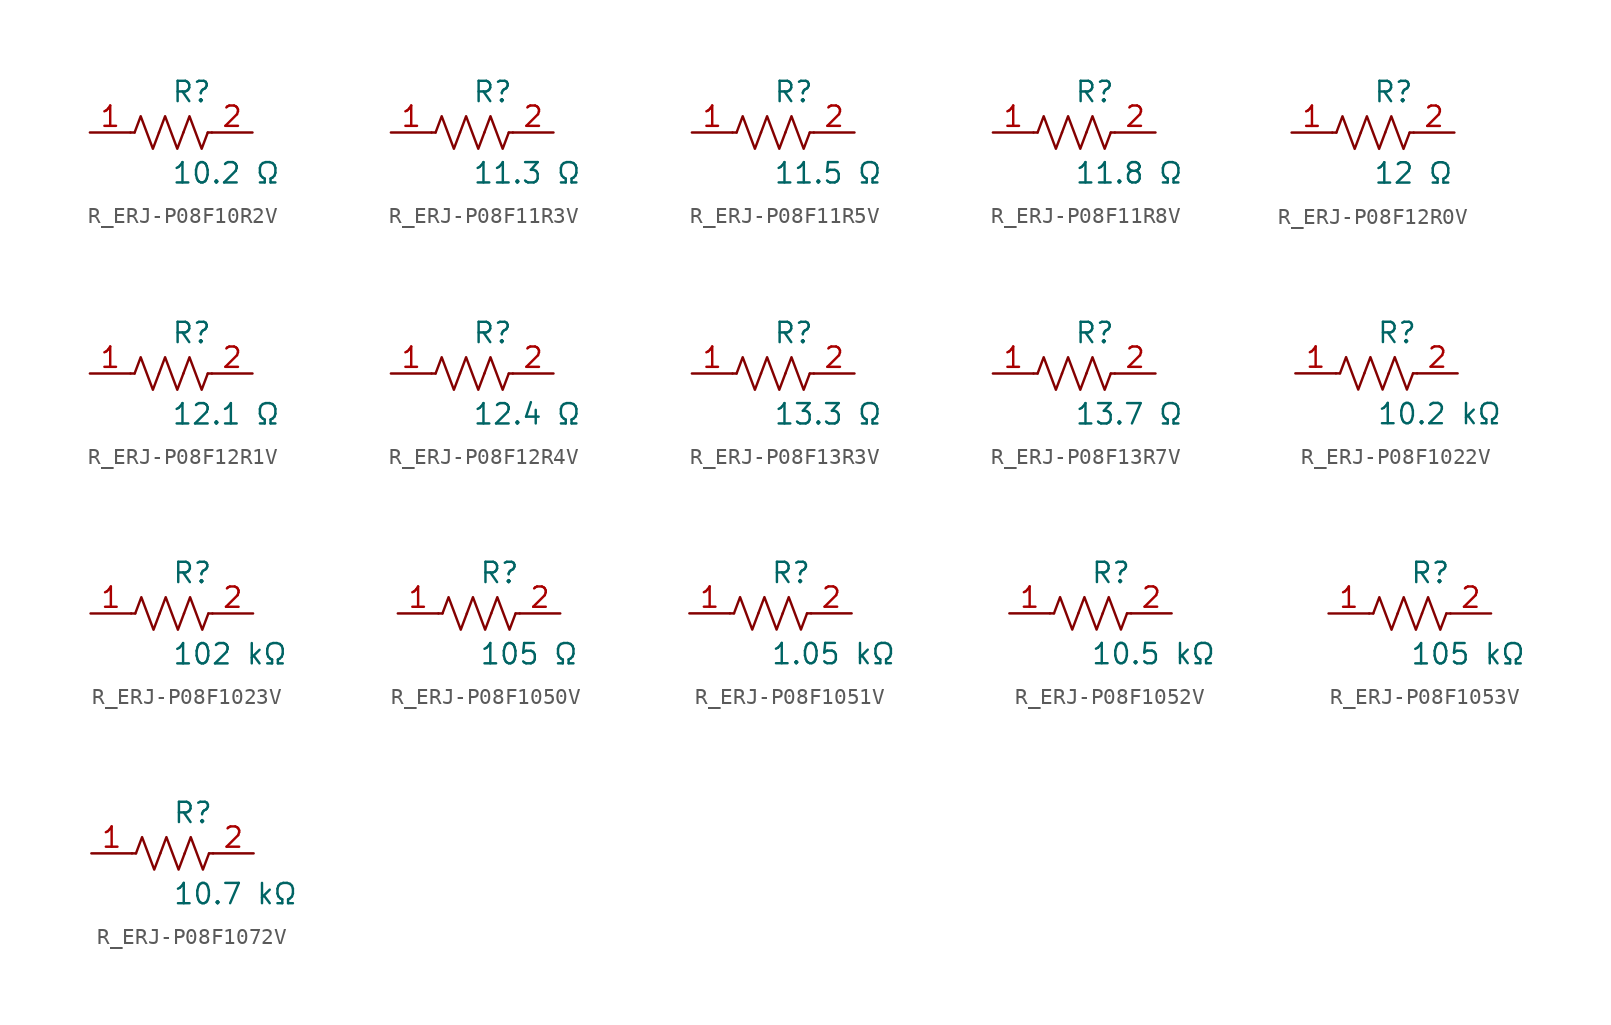
<source format=kicad_sym>
(kicad_symbol_lib
  (version 20231120)
  (generator kicad_symbol_editor)
  (generator_version 8.0)
  (symbol "R_ERJ-P08F10R2V"
    (pin_names
      (offset 0.254))
    (property "Reference" "R"
      (at 0.0 2.54 0)
      (effects (font (size 1.27 1.27)) (justify left)))
    (property "Value" "10.2 Ω"
      (at 0.0 -2.54 0)
      (effects (font (size 1.27 1.27)) (justify left)))
    (symbol "R_ERJ-P08F10R2V_0_1"
      (polyline (pts (xy 2.286 0) (xy 2.54 0)) (stroke (width 0) (type default)) (fill (type none)))
      (polyline (pts (xy -2.286 0) (xy -2.54 0)) (stroke (width 0) (type default)) (fill (type none)))
      (polyline (pts (xy 0.762 0) (xy 1.143 1.016) (xy 1.524 0) (xy 1.905 -1.016) (xy 2.286 0)) (stroke (width 0) (type default)) (fill (type none)))
      (polyline (pts (xy -0.762 0) (xy -0.381 1.016) (xy 0 0) (xy 0.381 -1.016) (xy 0.762 0)) (stroke (width 0) (type default)) (fill (type none)))
      (polyline (pts (xy -2.286 0) (xy -1.905 1.016) (xy -1.524 0) (xy -1.143 -1.016) (xy -0.762 0)) (stroke (width 0) (type default)) (fill (type none))))
    (pin unspecified line
      (at -5.08 0 0)
      (length 2.54)
      (name "" (effects (font (size 1.27 1.27))))
      (number "1" (effects (font (size 1.27 1.27)))))
    (pin unspecified line
      (at 5.08 0 180)
      (length 2.54)
      (name "" (effects (font (size 1.27 1.27))))
      (number "2" (effects (font (size 1.27 1.27))))))
  (symbol "R_ERJ-P08F11R3V"
    (pin_names
      (offset 0.254))
    (property "Reference" "R"
      (at 0.0 2.54 0)
      (effects (font (size 1.27 1.27)) (justify left)))
    (property "Value" "11.3 Ω"
      (at 0.0 -2.54 0)
      (effects (font (size 1.27 1.27)) (justify left)))
    (symbol "R_ERJ-P08F11R3V_0_1"
      (polyline (pts (xy 2.286 0) (xy 2.54 0)) (stroke (width 0) (type default)) (fill (type none)))
      (polyline (pts (xy -2.286 0) (xy -2.54 0)) (stroke (width 0) (type default)) (fill (type none)))
      (polyline (pts (xy 0.762 0) (xy 1.143 1.016) (xy 1.524 0) (xy 1.905 -1.016) (xy 2.286 0)) (stroke (width 0) (type default)) (fill (type none)))
      (polyline (pts (xy -0.762 0) (xy -0.381 1.016) (xy 0 0) (xy 0.381 -1.016) (xy 0.762 0)) (stroke (width 0) (type default)) (fill (type none)))
      (polyline (pts (xy -2.286 0) (xy -1.905 1.016) (xy -1.524 0) (xy -1.143 -1.016) (xy -0.762 0)) (stroke (width 0) (type default)) (fill (type none))))
    (pin unspecified line
      (at -5.08 0 0)
      (length 2.54)
      (name "" (effects (font (size 1.27 1.27))))
      (number "1" (effects (font (size 1.27 1.27)))))
    (pin unspecified line
      (at 5.08 0 180)
      (length 2.54)
      (name "" (effects (font (size 1.27 1.27))))
      (number "2" (effects (font (size 1.27 1.27))))))
  (symbol "R_ERJ-P08F11R5V"
    (pin_names
      (offset 0.254))
    (property "Reference" "R"
      (at 0.0 2.54 0)
      (effects (font (size 1.27 1.27)) (justify left)))
    (property "Value" "11.5 Ω"
      (at 0.0 -2.54 0)
      (effects (font (size 1.27 1.27)) (justify left)))
    (symbol "R_ERJ-P08F11R5V_0_1"
      (polyline (pts (xy 2.286 0) (xy 2.54 0)) (stroke (width 0) (type default)) (fill (type none)))
      (polyline (pts (xy -2.286 0) (xy -2.54 0)) (stroke (width 0) (type default)) (fill (type none)))
      (polyline (pts (xy 0.762 0) (xy 1.143 1.016) (xy 1.524 0) (xy 1.905 -1.016) (xy 2.286 0)) (stroke (width 0) (type default)) (fill (type none)))
      (polyline (pts (xy -0.762 0) (xy -0.381 1.016) (xy 0 0) (xy 0.381 -1.016) (xy 0.762 0)) (stroke (width 0) (type default)) (fill (type none)))
      (polyline (pts (xy -2.286 0) (xy -1.905 1.016) (xy -1.524 0) (xy -1.143 -1.016) (xy -0.762 0)) (stroke (width 0) (type default)) (fill (type none))))
    (pin unspecified line
      (at -5.08 0 0)
      (length 2.54)
      (name "" (effects (font (size 1.27 1.27))))
      (number "1" (effects (font (size 1.27 1.27)))))
    (pin unspecified line
      (at 5.08 0 180)
      (length 2.54)
      (name "" (effects (font (size 1.27 1.27))))
      (number "2" (effects (font (size 1.27 1.27))))))
  (symbol "R_ERJ-P08F11R8V"
    (pin_names
      (offset 0.254))
    (property "Reference" "R"
      (at 0.0 2.54 0)
      (effects (font (size 1.27 1.27)) (justify left)))
    (property "Value" "11.8 Ω"
      (at 0.0 -2.54 0)
      (effects (font (size 1.27 1.27)) (justify left)))
    (symbol "R_ERJ-P08F11R8V_0_1"
      (polyline (pts (xy 2.286 0) (xy 2.54 0)) (stroke (width 0) (type default)) (fill (type none)))
      (polyline (pts (xy -2.286 0) (xy -2.54 0)) (stroke (width 0) (type default)) (fill (type none)))
      (polyline (pts (xy 0.762 0) (xy 1.143 1.016) (xy 1.524 0) (xy 1.905 -1.016) (xy 2.286 0)) (stroke (width 0) (type default)) (fill (type none)))
      (polyline (pts (xy -0.762 0) (xy -0.381 1.016) (xy 0 0) (xy 0.381 -1.016) (xy 0.762 0)) (stroke (width 0) (type default)) (fill (type none)))
      (polyline (pts (xy -2.286 0) (xy -1.905 1.016) (xy -1.524 0) (xy -1.143 -1.016) (xy -0.762 0)) (stroke (width 0) (type default)) (fill (type none))))
    (pin unspecified line
      (at -5.08 0 0)
      (length 2.54)
      (name "" (effects (font (size 1.27 1.27))))
      (number "1" (effects (font (size 1.27 1.27)))))
    (pin unspecified line
      (at 5.08 0 180)
      (length 2.54)
      (name "" (effects (font (size 1.27 1.27))))
      (number "2" (effects (font (size 1.27 1.27))))))
  (symbol "R_ERJ-P08F12R0V"
    (pin_names
      (offset 0.254))
    (property "Reference" "R"
      (at 0.0 2.54 0)
      (effects (font (size 1.27 1.27)) (justify left)))
    (property "Value" "12 Ω"
      (at 0.0 -2.54 0)
      (effects (font (size 1.27 1.27)) (justify left)))
    (symbol "R_ERJ-P08F12R0V_0_1"
      (polyline (pts (xy 2.286 0) (xy 2.54 0)) (stroke (width 0) (type default)) (fill (type none)))
      (polyline (pts (xy -2.286 0) (xy -2.54 0)) (stroke (width 0) (type default)) (fill (type none)))
      (polyline (pts (xy 0.762 0) (xy 1.143 1.016) (xy 1.524 0) (xy 1.905 -1.016) (xy 2.286 0)) (stroke (width 0) (type default)) (fill (type none)))
      (polyline (pts (xy -0.762 0) (xy -0.381 1.016) (xy 0 0) (xy 0.381 -1.016) (xy 0.762 0)) (stroke (width 0) (type default)) (fill (type none)))
      (polyline (pts (xy -2.286 0) (xy -1.905 1.016) (xy -1.524 0) (xy -1.143 -1.016) (xy -0.762 0)) (stroke (width 0) (type default)) (fill (type none))))
    (pin unspecified line
      (at -5.08 0 0)
      (length 2.54)
      (name "" (effects (font (size 1.27 1.27))))
      (number "1" (effects (font (size 1.27 1.27)))))
    (pin unspecified line
      (at 5.08 0 180)
      (length 2.54)
      (name "" (effects (font (size 1.27 1.27))))
      (number "2" (effects (font (size 1.27 1.27))))))
  (symbol "R_ERJ-P08F12R1V"
    (pin_names
      (offset 0.254))
    (property "Reference" "R"
      (at 0.0 2.54 0)
      (effects (font (size 1.27 1.27)) (justify left)))
    (property "Value" "12.1 Ω"
      (at 0.0 -2.54 0)
      (effects (font (size 1.27 1.27)) (justify left)))
    (symbol "R_ERJ-P08F12R1V_0_1"
      (polyline (pts (xy 2.286 0) (xy 2.54 0)) (stroke (width 0) (type default)) (fill (type none)))
      (polyline (pts (xy -2.286 0) (xy -2.54 0)) (stroke (width 0) (type default)) (fill (type none)))
      (polyline (pts (xy 0.762 0) (xy 1.143 1.016) (xy 1.524 0) (xy 1.905 -1.016) (xy 2.286 0)) (stroke (width 0) (type default)) (fill (type none)))
      (polyline (pts (xy -0.762 0) (xy -0.381 1.016) (xy 0 0) (xy 0.381 -1.016) (xy 0.762 0)) (stroke (width 0) (type default)) (fill (type none)))
      (polyline (pts (xy -2.286 0) (xy -1.905 1.016) (xy -1.524 0) (xy -1.143 -1.016) (xy -0.762 0)) (stroke (width 0) (type default)) (fill (type none))))
    (pin unspecified line
      (at -5.08 0 0)
      (length 2.54)
      (name "" (effects (font (size 1.27 1.27))))
      (number "1" (effects (font (size 1.27 1.27)))))
    (pin unspecified line
      (at 5.08 0 180)
      (length 2.54)
      (name "" (effects (font (size 1.27 1.27))))
      (number "2" (effects (font (size 1.27 1.27))))))
  (symbol "R_ERJ-P08F12R4V"
    (pin_names
      (offset 0.254))
    (property "Reference" "R"
      (at 0.0 2.54 0)
      (effects (font (size 1.27 1.27)) (justify left)))
    (property "Value" "12.4 Ω"
      (at 0.0 -2.54 0)
      (effects (font (size 1.27 1.27)) (justify left)))
    (symbol "R_ERJ-P08F12R4V_0_1"
      (polyline (pts (xy 2.286 0) (xy 2.54 0)) (stroke (width 0) (type default)) (fill (type none)))
      (polyline (pts (xy -2.286 0) (xy -2.54 0)) (stroke (width 0) (type default)) (fill (type none)))
      (polyline (pts (xy 0.762 0) (xy 1.143 1.016) (xy 1.524 0) (xy 1.905 -1.016) (xy 2.286 0)) (stroke (width 0) (type default)) (fill (type none)))
      (polyline (pts (xy -0.762 0) (xy -0.381 1.016) (xy 0 0) (xy 0.381 -1.016) (xy 0.762 0)) (stroke (width 0) (type default)) (fill (type none)))
      (polyline (pts (xy -2.286 0) (xy -1.905 1.016) (xy -1.524 0) (xy -1.143 -1.016) (xy -0.762 0)) (stroke (width 0) (type default)) (fill (type none))))
    (pin unspecified line
      (at -5.08 0 0)
      (length 2.54)
      (name "" (effects (font (size 1.27 1.27))))
      (number "1" (effects (font (size 1.27 1.27)))))
    (pin unspecified line
      (at 5.08 0 180)
      (length 2.54)
      (name "" (effects (font (size 1.27 1.27))))
      (number "2" (effects (font (size 1.27 1.27))))))
  (symbol "R_ERJ-P08F13R3V"
    (pin_names
      (offset 0.254))
    (property "Reference" "R"
      (at 0.0 2.54 0)
      (effects (font (size 1.27 1.27)) (justify left)))
    (property "Value" "13.3 Ω"
      (at 0.0 -2.54 0)
      (effects (font (size 1.27 1.27)) (justify left)))
    (symbol "R_ERJ-P08F13R3V_0_1"
      (polyline (pts (xy 2.286 0) (xy 2.54 0)) (stroke (width 0) (type default)) (fill (type none)))
      (polyline (pts (xy -2.286 0) (xy -2.54 0)) (stroke (width 0) (type default)) (fill (type none)))
      (polyline (pts (xy 0.762 0) (xy 1.143 1.016) (xy 1.524 0) (xy 1.905 -1.016) (xy 2.286 0)) (stroke (width 0) (type default)) (fill (type none)))
      (polyline (pts (xy -0.762 0) (xy -0.381 1.016) (xy 0 0) (xy 0.381 -1.016) (xy 0.762 0)) (stroke (width 0) (type default)) (fill (type none)))
      (polyline (pts (xy -2.286 0) (xy -1.905 1.016) (xy -1.524 0) (xy -1.143 -1.016) (xy -0.762 0)) (stroke (width 0) (type default)) (fill (type none))))
    (pin unspecified line
      (at -5.08 0 0)
      (length 2.54)
      (name "" (effects (font (size 1.27 1.27))))
      (number "1" (effects (font (size 1.27 1.27)))))
    (pin unspecified line
      (at 5.08 0 180)
      (length 2.54)
      (name "" (effects (font (size 1.27 1.27))))
      (number "2" (effects (font (size 1.27 1.27))))))
  (symbol "R_ERJ-P08F13R7V"
    (pin_names
      (offset 0.254))
    (property "Reference" "R"
      (at 0.0 2.54 0)
      (effects (font (size 1.27 1.27)) (justify left)))
    (property "Value" "13.7 Ω"
      (at 0.0 -2.54 0)
      (effects (font (size 1.27 1.27)) (justify left)))
    (symbol "R_ERJ-P08F13R7V_0_1"
      (polyline (pts (xy 2.286 0) (xy 2.54 0)) (stroke (width 0) (type default)) (fill (type none)))
      (polyline (pts (xy -2.286 0) (xy -2.54 0)) (stroke (width 0) (type default)) (fill (type none)))
      (polyline (pts (xy 0.762 0) (xy 1.143 1.016) (xy 1.524 0) (xy 1.905 -1.016) (xy 2.286 0)) (stroke (width 0) (type default)) (fill (type none)))
      (polyline (pts (xy -0.762 0) (xy -0.381 1.016) (xy 0 0) (xy 0.381 -1.016) (xy 0.762 0)) (stroke (width 0) (type default)) (fill (type none)))
      (polyline (pts (xy -2.286 0) (xy -1.905 1.016) (xy -1.524 0) (xy -1.143 -1.016) (xy -0.762 0)) (stroke (width 0) (type default)) (fill (type none))))
    (pin unspecified line
      (at -5.08 0 0)
      (length 2.54)
      (name "" (effects (font (size 1.27 1.27))))
      (number "1" (effects (font (size 1.27 1.27)))))
    (pin unspecified line
      (at 5.08 0 180)
      (length 2.54)
      (name "" (effects (font (size 1.27 1.27))))
      (number "2" (effects (font (size 1.27 1.27))))))
  (symbol "R_ERJ-P08F1022V"
    (pin_names
      (offset 0.254))
    (property "Reference" "R"
      (at 0.0 2.54 0)
      (effects (font (size 1.27 1.27)) (justify left)))
    (property "Value" "10.2 kΩ"
      (at 0.0 -2.54 0)
      (effects (font (size 1.27 1.27)) (justify left)))
    (symbol "R_ERJ-P08F1022V_0_1"
      (polyline (pts (xy 2.286 0) (xy 2.54 0)) (stroke (width 0) (type default)) (fill (type none)))
      (polyline (pts (xy -2.286 0) (xy -2.54 0)) (stroke (width 0) (type default)) (fill (type none)))
      (polyline (pts (xy 0.762 0) (xy 1.143 1.016) (xy 1.524 0) (xy 1.905 -1.016) (xy 2.286 0)) (stroke (width 0) (type default)) (fill (type none)))
      (polyline (pts (xy -0.762 0) (xy -0.381 1.016) (xy 0 0) (xy 0.381 -1.016) (xy 0.762 0)) (stroke (width 0) (type default)) (fill (type none)))
      (polyline (pts (xy -2.286 0) (xy -1.905 1.016) (xy -1.524 0) (xy -1.143 -1.016) (xy -0.762 0)) (stroke (width 0) (type default)) (fill (type none))))
    (pin unspecified line
      (at -5.08 0 0)
      (length 2.54)
      (name "" (effects (font (size 1.27 1.27))))
      (number "1" (effects (font (size 1.27 1.27)))))
    (pin unspecified line
      (at 5.08 0 180)
      (length 2.54)
      (name "" (effects (font (size 1.27 1.27))))
      (number "2" (effects (font (size 1.27 1.27))))))
  (symbol "R_ERJ-P08F1023V"
    (pin_names
      (offset 0.254))
    (property "Reference" "R"
      (at 0.0 2.54 0)
      (effects (font (size 1.27 1.27)) (justify left)))
    (property "Value" "102 kΩ"
      (at 0.0 -2.54 0)
      (effects (font (size 1.27 1.27)) (justify left)))
    (symbol "R_ERJ-P08F1023V_0_1"
      (polyline (pts (xy 2.286 0) (xy 2.54 0)) (stroke (width 0) (type default)) (fill (type none)))
      (polyline (pts (xy -2.286 0) (xy -2.54 0)) (stroke (width 0) (type default)) (fill (type none)))
      (polyline (pts (xy 0.762 0) (xy 1.143 1.016) (xy 1.524 0) (xy 1.905 -1.016) (xy 2.286 0)) (stroke (width 0) (type default)) (fill (type none)))
      (polyline (pts (xy -0.762 0) (xy -0.381 1.016) (xy 0 0) (xy 0.381 -1.016) (xy 0.762 0)) (stroke (width 0) (type default)) (fill (type none)))
      (polyline (pts (xy -2.286 0) (xy -1.905 1.016) (xy -1.524 0) (xy -1.143 -1.016) (xy -0.762 0)) (stroke (width 0) (type default)) (fill (type none))))
    (pin unspecified line
      (at -5.08 0 0)
      (length 2.54)
      (name "" (effects (font (size 1.27 1.27))))
      (number "1" (effects (font (size 1.27 1.27)))))
    (pin unspecified line
      (at 5.08 0 180)
      (length 2.54)
      (name "" (effects (font (size 1.27 1.27))))
      (number "2" (effects (font (size 1.27 1.27))))))
  (symbol "R_ERJ-P08F1050V"
    (pin_names
      (offset 0.254))
    (property "Reference" "R"
      (at 0.0 2.54 0)
      (effects (font (size 1.27 1.27)) (justify left)))
    (property "Value" "105 Ω"
      (at 0.0 -2.54 0)
      (effects (font (size 1.27 1.27)) (justify left)))
    (symbol "R_ERJ-P08F1050V_0_1"
      (polyline (pts (xy 2.286 0) (xy 2.54 0)) (stroke (width 0) (type default)) (fill (type none)))
      (polyline (pts (xy -2.286 0) (xy -2.54 0)) (stroke (width 0) (type default)) (fill (type none)))
      (polyline (pts (xy 0.762 0) (xy 1.143 1.016) (xy 1.524 0) (xy 1.905 -1.016) (xy 2.286 0)) (stroke (width 0) (type default)) (fill (type none)))
      (polyline (pts (xy -0.762 0) (xy -0.381 1.016) (xy 0 0) (xy 0.381 -1.016) (xy 0.762 0)) (stroke (width 0) (type default)) (fill (type none)))
      (polyline (pts (xy -2.286 0) (xy -1.905 1.016) (xy -1.524 0) (xy -1.143 -1.016) (xy -0.762 0)) (stroke (width 0) (type default)) (fill (type none))))
    (pin unspecified line
      (at -5.08 0 0)
      (length 2.54)
      (name "" (effects (font (size 1.27 1.27))))
      (number "1" (effects (font (size 1.27 1.27)))))
    (pin unspecified line
      (at 5.08 0 180)
      (length 2.54)
      (name "" (effects (font (size 1.27 1.27))))
      (number "2" (effects (font (size 1.27 1.27))))))
  (symbol "R_ERJ-P08F1051V"
    (pin_names
      (offset 0.254))
    (property "Reference" "R"
      (at 0.0 2.54 0)
      (effects (font (size 1.27 1.27)) (justify left)))
    (property "Value" "1.05 kΩ"
      (at 0.0 -2.54 0)
      (effects (font (size 1.27 1.27)) (justify left)))
    (symbol "R_ERJ-P08F1051V_0_1"
      (polyline (pts (xy 2.286 0) (xy 2.54 0)) (stroke (width 0) (type default)) (fill (type none)))
      (polyline (pts (xy -2.286 0) (xy -2.54 0)) (stroke (width 0) (type default)) (fill (type none)))
      (polyline (pts (xy 0.762 0) (xy 1.143 1.016) (xy 1.524 0) (xy 1.905 -1.016) (xy 2.286 0)) (stroke (width 0) (type default)) (fill (type none)))
      (polyline (pts (xy -0.762 0) (xy -0.381 1.016) (xy 0 0) (xy 0.381 -1.016) (xy 0.762 0)) (stroke (width 0) (type default)) (fill (type none)))
      (polyline (pts (xy -2.286 0) (xy -1.905 1.016) (xy -1.524 0) (xy -1.143 -1.016) (xy -0.762 0)) (stroke (width 0) (type default)) (fill (type none))))
    (pin unspecified line
      (at -5.08 0 0)
      (length 2.54)
      (name "" (effects (font (size 1.27 1.27))))
      (number "1" (effects (font (size 1.27 1.27)))))
    (pin unspecified line
      (at 5.08 0 180)
      (length 2.54)
      (name "" (effects (font (size 1.27 1.27))))
      (number "2" (effects (font (size 1.27 1.27))))))
  (symbol "R_ERJ-P08F1052V"
    (pin_names
      (offset 0.254))
    (property "Reference" "R"
      (at 0.0 2.54 0)
      (effects (font (size 1.27 1.27)) (justify left)))
    (property "Value" "10.5 kΩ"
      (at 0.0 -2.54 0)
      (effects (font (size 1.27 1.27)) (justify left)))
    (symbol "R_ERJ-P08F1052V_0_1"
      (polyline (pts (xy 2.286 0) (xy 2.54 0)) (stroke (width 0) (type default)) (fill (type none)))
      (polyline (pts (xy -2.286 0) (xy -2.54 0)) (stroke (width 0) (type default)) (fill (type none)))
      (polyline (pts (xy 0.762 0) (xy 1.143 1.016) (xy 1.524 0) (xy 1.905 -1.016) (xy 2.286 0)) (stroke (width 0) (type default)) (fill (type none)))
      (polyline (pts (xy -0.762 0) (xy -0.381 1.016) (xy 0 0) (xy 0.381 -1.016) (xy 0.762 0)) (stroke (width 0) (type default)) (fill (type none)))
      (polyline (pts (xy -2.286 0) (xy -1.905 1.016) (xy -1.524 0) (xy -1.143 -1.016) (xy -0.762 0)) (stroke (width 0) (type default)) (fill (type none))))
    (pin unspecified line
      (at -5.08 0 0)
      (length 2.54)
      (name "" (effects (font (size 1.27 1.27))))
      (number "1" (effects (font (size 1.27 1.27)))))
    (pin unspecified line
      (at 5.08 0 180)
      (length 2.54)
      (name "" (effects (font (size 1.27 1.27))))
      (number "2" (effects (font (size 1.27 1.27))))))
  (symbol "R_ERJ-P08F1053V"
    (pin_names
      (offset 0.254))
    (property "Reference" "R"
      (at 0.0 2.54 0)
      (effects (font (size 1.27 1.27)) (justify left)))
    (property "Value" "105 kΩ"
      (at 0.0 -2.54 0)
      (effects (font (size 1.27 1.27)) (justify left)))
    (symbol "R_ERJ-P08F1053V_0_1"
      (polyline (pts (xy 2.286 0) (xy 2.54 0)) (stroke (width 0) (type default)) (fill (type none)))
      (polyline (pts (xy -2.286 0) (xy -2.54 0)) (stroke (width 0) (type default)) (fill (type none)))
      (polyline (pts (xy 0.762 0) (xy 1.143 1.016) (xy 1.524 0) (xy 1.905 -1.016) (xy 2.286 0)) (stroke (width 0) (type default)) (fill (type none)))
      (polyline (pts (xy -0.762 0) (xy -0.381 1.016) (xy 0 0) (xy 0.381 -1.016) (xy 0.762 0)) (stroke (width 0) (type default)) (fill (type none)))
      (polyline (pts (xy -2.286 0) (xy -1.905 1.016) (xy -1.524 0) (xy -1.143 -1.016) (xy -0.762 0)) (stroke (width 0) (type default)) (fill (type none))))
    (pin unspecified line
      (at -5.08 0 0)
      (length 2.54)
      (name "" (effects (font (size 1.27 1.27))))
      (number "1" (effects (font (size 1.27 1.27)))))
    (pin unspecified line
      (at 5.08 0 180)
      (length 2.54)
      (name "" (effects (font (size 1.27 1.27))))
      (number "2" (effects (font (size 1.27 1.27))))))
  (symbol "R_ERJ-P08F1072V"
    (pin_names
      (offset 0.254))
    (property "Reference" "R"
      (at 0.0 2.54 0)
      (effects (font (size 1.27 1.27)) (justify left)))
    (property "Value" "10.7 kΩ"
      (at 0.0 -2.54 0)
      (effects (font (size 1.27 1.27)) (justify left)))
    (symbol "R_ERJ-P08F1072V_0_1"
      (polyline (pts (xy 2.286 0) (xy 2.54 0)) (stroke (width 0) (type default)) (fill (type none)))
      (polyline (pts (xy -2.286 0) (xy -2.54 0)) (stroke (width 0) (type default)) (fill (type none)))
      (polyline (pts (xy 0.762 0) (xy 1.143 1.016) (xy 1.524 0) (xy 1.905 -1.016) (xy 2.286 0)) (stroke (width 0) (type default)) (fill (type none)))
      (polyline (pts (xy -0.762 0) (xy -0.381 1.016) (xy 0 0) (xy 0.381 -1.016) (xy 0.762 0)) (stroke (width 0) (type default)) (fill (type none)))
      (polyline (pts (xy -2.286 0) (xy -1.905 1.016) (xy -1.524 0) (xy -1.143 -1.016) (xy -0.762 0)) (stroke (width 0) (type default)) (fill (type none))))
    (pin unspecified line
      (at -5.08 0 0)
      (length 2.54)
      (name "" (effects (font (size 1.27 1.27))))
      (number "1" (effects (font (size 1.27 1.27)))))
    (pin unspecified line
      (at 5.08 0 180)
      (length 2.54)
      (name "" (effects (font (size 1.27 1.27))))
      (number "2" (effects (font (size 1.27 1.27)))))))
</source>
